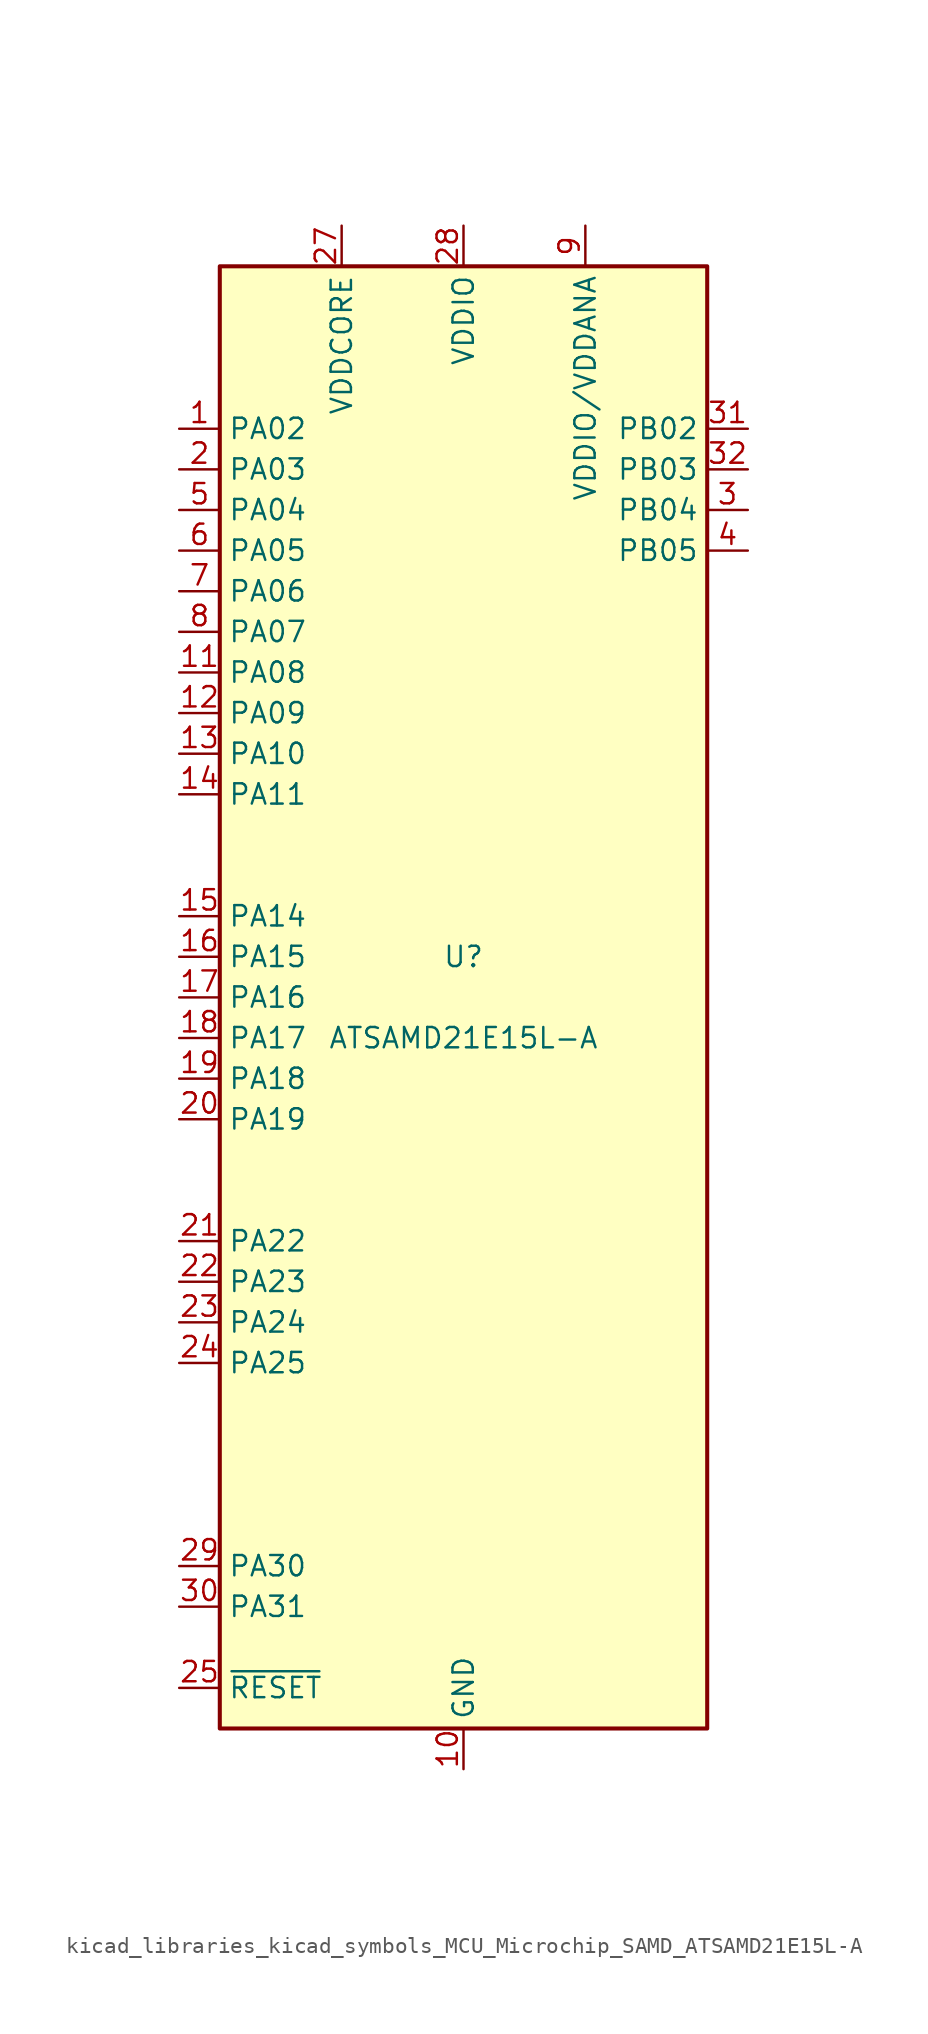
<source format=kicad_sym>
(kicad_symbol_lib
  (version 20220914)
  (generator kicad_symbol_editor)
  (symbol "kicad_libraries_kicad_symbols_MCU_Microchip_SAMD_ATSAMD21E15L-A"
    (property "Reference" "U"
      (at 0 2.54 0)
      (effects (font (size 1.27 1.27))))
    (property "Value" "ATSAMD21E15L-A"
      (at 0 -2.54 0)
      (effects (font (size 1.27 1.27))))
    (symbol "kicad_libraries_kicad_symbols_MCU_Microchip_SAMD_ATSAMD21E15L-A_1_1"
      (rectangle (start -15.24 45.72) (end 15.24 -45.72) (stroke (width 0.254) (type default)) (fill (type background)))
      (pin bidirectional line (at -17.78 35.56 0) (length 2.54) (name "PA02" (effects (font (size 1.27 1.27)))) (number "1" (effects (font (size 1.27 1.27)))))
      (pin power_in line (at 0 -48.26 90) (length 2.54) (name "GND" (effects (font (size 1.27 1.27)))) (number "10" (effects (font (size 1.27 1.27)))))
      (pin bidirectional line (at -17.78 20.32 0) (length 2.54) (name "PA08" (effects (font (size 1.27 1.27)))) (number "11" (effects (font (size 1.27 1.27)))))
      (pin bidirectional line (at -17.78 17.78 0) (length 2.54) (name "PA09" (effects (font (size 1.27 1.27)))) (number "12" (effects (font (size 1.27 1.27)))))
      (pin bidirectional line (at -17.78 15.24 0) (length 2.54) (name "PA10" (effects (font (size 1.27 1.27)))) (number "13" (effects (font (size 1.27 1.27)))))
      (pin bidirectional line (at -17.78 12.7 0) (length 2.54) (name "PA11" (effects (font (size 1.27 1.27)))) (number "14" (effects (font (size 1.27 1.27)))))
      (pin bidirectional line (at -17.78 5.08 0) (length 2.54) (name "PA14" (effects (font (size 1.27 1.27)))) (number "15" (effects (font (size 1.27 1.27)))))
      (pin bidirectional line (at -17.78 2.54 0) (length 2.54) (name "PA15" (effects (font (size 1.27 1.27)))) (number "16" (effects (font (size 1.27 1.27)))))
      (pin bidirectional line (at -17.78 0 0) (length 2.54) (name "PA16" (effects (font (size 1.27 1.27)))) (number "17" (effects (font (size 1.27 1.27)))))
      (pin bidirectional line (at -17.78 -2.54 0) (length 2.54) (name "PA17" (effects (font (size 1.27 1.27)))) (number "18" (effects (font (size 1.27 1.27)))))
      (pin bidirectional line (at -17.78 -5.08 0) (length 2.54) (name "PA18" (effects (font (size 1.27 1.27)))) (number "19" (effects (font (size 1.27 1.27)))))
      (pin bidirectional line (at -17.78 33.02 0) (length 2.54) (name "PA03" (effects (font (size 1.27 1.27)))) (number "2" (effects (font (size 1.27 1.27)))))
      (pin bidirectional line (at -17.78 -7.62 0) (length 2.54) (name "PA19" (effects (font (size 1.27 1.27)))) (number "20" (effects (font (size 1.27 1.27)))))
      (pin bidirectional line (at -17.78 -15.24 0) (length 2.54) (name "PA22" (effects (font (size 1.27 1.27)))) (number "21" (effects (font (size 1.27 1.27)))))
      (pin bidirectional line (at -17.78 -17.78 0) (length 2.54) (name "PA23" (effects (font (size 1.27 1.27)))) (number "22" (effects (font (size 1.27 1.27)))))
      (pin bidirectional line (at -17.78 -20.32 0) (length 2.54) (name "PA24" (effects (font (size 1.27 1.27)))) (number "23" (effects (font (size 1.27 1.27)))))
      (pin bidirectional line (at -17.78 -22.86 0) (length 2.54) (name "PA25" (effects (font (size 1.27 1.27)))) (number "24" (effects (font (size 1.27 1.27)))))
      (pin input line (at -17.78 -43.18 0) (length 2.54) (name "~{RESET}" (effects (font (size 1.27 1.27)))) (number "25" (effects (font (size 1.27 1.27)))))
      (pin passive line (at 0 -48.26 90) (length 2.54) hide (name "GND" (effects (font (size 1.27 1.27)))) (number "26" (effects (font (size 1.27 1.27)))))
      (pin power_out line (at -7.62 48.26 270) (length 2.54) (name "VDDCORE" (effects (font (size 1.27 1.27)))) (number "27" (effects (font (size 1.27 1.27)))))
      (pin power_in line (at 0 48.26 270) (length 2.54) (name "VDDIO" (effects (font (size 1.27 1.27)))) (number "28" (effects (font (size 1.27 1.27)))))
      (pin bidirectional line (at -17.78 -35.56 0) (length 2.54) (name "PA30" (effects (font (size 1.27 1.27)))) (number "29" (effects (font (size 1.27 1.27)))))
      (pin bidirectional line (at 17.78 30.48 180) (length 2.54) (name "PB04" (effects (font (size 1.27 1.27)))) (number "3" (effects (font (size 1.27 1.27)))))
      (pin bidirectional line (at -17.78 -38.1 0) (length 2.54) (name "PA31" (effects (font (size 1.27 1.27)))) (number "30" (effects (font (size 1.27 1.27)))))
      (pin bidirectional line (at 17.78 35.56 180) (length 2.54) (name "PB02" (effects (font (size 1.27 1.27)))) (number "31" (effects (font (size 1.27 1.27)))))
      (pin bidirectional line (at 17.78 33.02 180) (length 2.54) (name "PB03" (effects (font (size 1.27 1.27)))) (number "32" (effects (font (size 1.27 1.27)))))
      (pin bidirectional line (at 17.78 27.94 180) (length 2.54) (name "PB05" (effects (font (size 1.27 1.27)))) (number "4" (effects (font (size 1.27 1.27)))))
      (pin bidirectional line (at -17.78 30.48 0) (length 2.54) (name "PA04" (effects (font (size 1.27 1.27)))) (number "5" (effects (font (size 1.27 1.27)))))
      (pin bidirectional line (at -17.78 27.94 0) (length 2.54) (name "PA05" (effects (font (size 1.27 1.27)))) (number "6" (effects (font (size 1.27 1.27)))))
      (pin bidirectional line (at -17.78 25.4 0) (length 2.54) (name "PA06" (effects (font (size 1.27 1.27)))) (number "7" (effects (font (size 1.27 1.27)))))
      (pin bidirectional line (at -17.78 22.86 0) (length 2.54) (name "PA07" (effects (font (size 1.27 1.27)))) (number "8" (effects (font (size 1.27 1.27)))))
      (pin power_in line (at 7.62 48.26 270) (length 2.54) (name "VDDIO/VDDANA" (effects (font (size 1.27 1.27)))) (number "9" (effects (font (size 1.27 1.27))))))))
</source>
